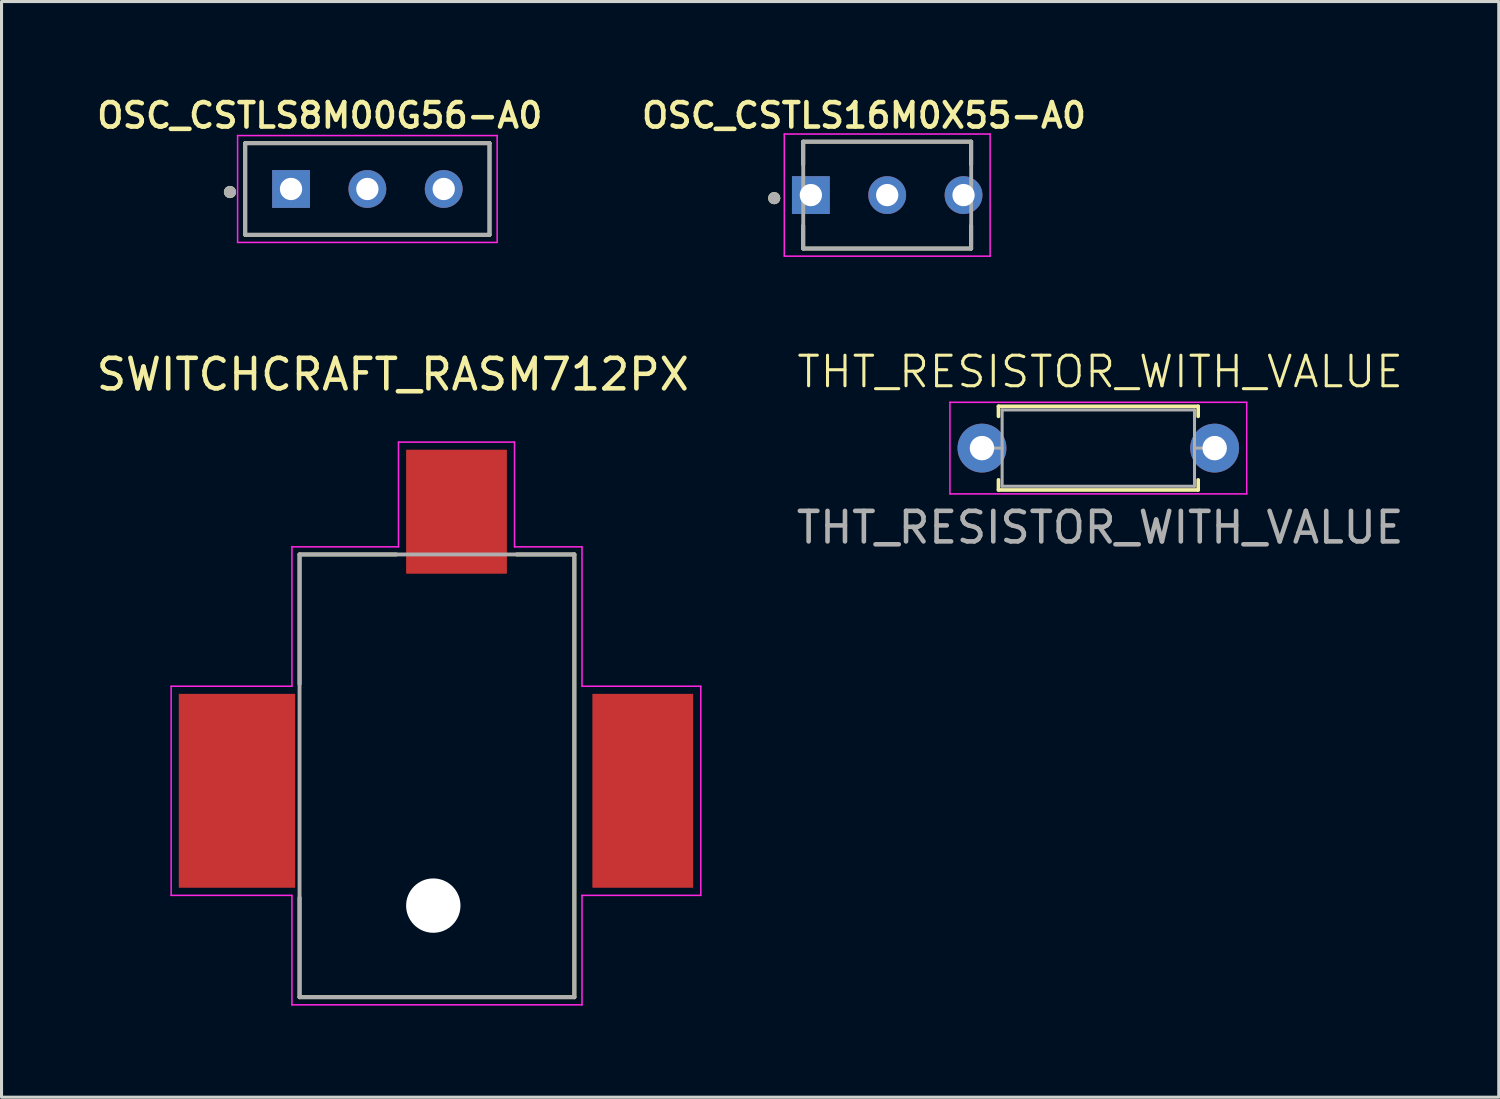
<source format=kicad_pcb>
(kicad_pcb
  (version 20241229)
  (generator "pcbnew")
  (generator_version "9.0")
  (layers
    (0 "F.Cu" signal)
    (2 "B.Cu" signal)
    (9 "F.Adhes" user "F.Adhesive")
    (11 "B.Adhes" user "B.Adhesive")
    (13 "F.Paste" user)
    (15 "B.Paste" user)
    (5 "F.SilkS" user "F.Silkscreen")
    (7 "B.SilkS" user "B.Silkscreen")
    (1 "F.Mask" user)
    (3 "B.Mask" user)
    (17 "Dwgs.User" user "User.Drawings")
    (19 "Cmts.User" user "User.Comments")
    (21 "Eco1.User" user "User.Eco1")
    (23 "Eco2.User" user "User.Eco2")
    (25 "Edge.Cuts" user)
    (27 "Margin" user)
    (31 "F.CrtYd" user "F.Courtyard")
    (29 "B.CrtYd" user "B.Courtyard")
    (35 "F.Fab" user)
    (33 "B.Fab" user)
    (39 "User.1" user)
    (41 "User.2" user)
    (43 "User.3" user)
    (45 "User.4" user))
  (footprint "OSC_CSTLS16M0X55-A0"
    (layer "F.Cu")
    (at 26.005 3.339)
    (property "Reference" "OSC_CSTLS16M0X55-A0" (at -0.76 -2.608 0) (layer "F.SilkS") (effects (font (size 0.8 0.8) (thickness 0.15))))
    (attr through_hole)
    (fp_line (start -2.75 -1.75) (end 2.75 -1.75) (stroke (width 0.127) (type solid)) (layer "F.SilkS"))
    (fp_line (start -2.75 -1) (end -2.75 -1.75) (stroke (width 0.127) (type solid)) (layer "F.SilkS"))
    (fp_line (start -2.75 1.75) (end -2.75 1) (stroke (width 0.127) (type solid)) (layer "F.SilkS"))
    (fp_line (start 2.75 -1.75) (end 2.75 -1) (stroke (width 0.127) (type solid)) (layer "F.SilkS"))
    (fp_line (start 2.75 1) (end 2.75 1.75) (stroke (width 0.127) (type solid)) (layer "F.SilkS"))
    (fp_line (start 2.75 1.75) (end -2.75 1.75) (stroke (width 0.127) (type solid)) (layer "F.SilkS"))
    (fp_circle (center -3.7 0.1) (end -3.6 0.1) (stroke (width 0.2) (type solid)) (fill no) (layer "F.SilkS"))
    (fp_line (start -3.37 -2) (end 3.37 -2) (stroke (width 0.05) (type solid)) (layer "F.CrtYd"))
    (fp_line (start -3.37 2) (end -3.37 -2) (stroke (width 0.05) (type solid)) (layer "F.CrtYd"))
    (fp_line (start 3.37 -2) (end 3.37 2) (stroke (width 0.05) (type solid)) (layer "F.CrtYd"))
    (fp_line (start 3.37 2) (end -3.37 2) (stroke (width 0.05) (type solid)) (layer "F.CrtYd"))
    (fp_line (start -2.75 -1.75) (end 2.75 -1.75) (stroke (width 0.127) (type solid)) (layer "F.Fab"))
    (fp_line (start -2.75 1.75) (end -2.75 -1.75) (stroke (width 0.127) (type solid)) (layer "F.Fab"))
    (fp_line (start 2.75 -1.75) (end 2.75 1.75) (stroke (width 0.127) (type solid)) (layer "F.Fab"))
    (fp_line (start 2.75 1.75) (end -2.75 1.75) (stroke (width 0.127) (type solid)) (layer "F.Fab"))
    (fp_circle (center -3.7 0.1) (end -3.6 0.1) (stroke (width 0.2) (type solid)) (fill no) (layer "F.Fab"))
    (pad "1" thru_hole rect (at -2.5 0) (size 1.238 1.238) (drill 0.73) (layers "*.Cu" "*.Mask"))
    (pad "2" thru_hole circle (at 0 0) (size 1.238 1.238) (drill 0.73) (layers "*.Cu" "*.Mask"))
    (pad "3" thru_hole circle (at 2.5 0) (size 1.238 1.238) (drill 0.73) (layers "*.Cu" "*.Mask")))
  (footprint "THT_RESISTOR_WITH_VALUE"
    (layer "F.Cu")
    (at 32.979 11.725)
    (property "Reference" "THT_RESISTOR_WITH_VALUE" (at 0 -2.6 0) (unlocked yes) (layer "F.SilkS") (effects (font (size 1 1) (thickness 0.1))))
    (attr through_hole)
    (fp_line (start -3.33 -1.47) (end 3.21 -1.47) (stroke (width 0.12) (type solid)) (layer "F.SilkS"))
    (fp_line (start -3.33 -1.14) (end -3.33 -1.47) (stroke (width 0.12) (type solid)) (layer "F.SilkS"))
    (fp_line (start -3.33 0.94) (end -3.33 1.27) (stroke (width 0.12) (type solid)) (layer "F.SilkS"))
    (fp_line (start -3.33 1.27) (end 3.21 1.27) (stroke (width 0.12) (type solid)) (layer "F.SilkS"))
    (fp_line (start 3.21 -1.47) (end 3.21 -1.14) (stroke (width 0.12) (type solid)) (layer "F.SilkS"))
    (fp_line (start 3.21 1.27) (end 3.21 0.94) (stroke (width 0.12) (type solid)) (layer "F.SilkS"))
    (fp_line (start -4.92 -1.6) (end -4.92 1.4) (stroke (width 0.05) (type solid)) (layer "F.CrtYd"))
    (fp_line (start -4.92 1.4) (end 4.8 1.4) (stroke (width 0.05) (type solid)) (layer "F.CrtYd"))
    (fp_line (start 4.8 -1.6) (end -4.92 -1.6) (stroke (width 0.05) (type solid)) (layer "F.CrtYd"))
    (fp_line (start 4.8 1.4) (end 4.8 -1.6) (stroke (width 0.05) (type solid)) (layer "F.CrtYd"))
    (fp_line (start -3.87 -0.1) (end -3.21 -0.1) (stroke (width 0.1) (type solid)) (layer "F.Fab"))
    (fp_line (start -3.21 -1.35) (end -3.21 1.15) (stroke (width 0.1) (type solid)) (layer "F.Fab"))
    (fp_line (start -3.21 1.15) (end 3.09 1.15) (stroke (width 0.1) (type solid)) (layer "F.Fab"))
    (fp_line (start 3.09 -1.35) (end -3.21 -1.35) (stroke (width 0.1) (type solid)) (layer "F.Fab"))
    (fp_line (start 3.09 1.15) (end 3.09 -1.35) (stroke (width 0.1) (type solid)) (layer "F.Fab"))
    (fp_line (start 3.75 -0.1) (end 3.09 -0.1) (stroke (width 0.1) (type solid)) (layer "F.Fab"))
    (fp_text user "${REFERENCE}" (at 0 2.5 0) (unlocked yes) (layer "F.Fab") (effects (font (size 1 1) (thickness 0.15))))
    (pad "1" thru_hole circle (at -3.87 -0.1) (size 1.6 1.6) (drill 0.8) (layers "*.Cu" "*.Mask"))
    (pad "2" thru_hole oval (at 3.75 -0.1) (size 1.6 1.6) (drill 0.8) (layers "*.Cu" "*.Mask")))
  (footprint "OSC_CSTLS8M00G56-A0"
    (layer "F.Cu")
    (at 8.981 3.139)
    (property "Reference" "OSC_CSTLS8M00G56-A0" (at -1.56 -2.408 0) (layer "F.SilkS") (effects (font (size 0.8 0.8) (thickness 0.15))))
    (attr through_hole)
    (fp_line (start -4 -1.5) (end 4 -1.5) (stroke (width 0.127) (type solid)) (layer "F.SilkS"))
    (fp_line (start -4 1.5) (end -4 -1.5) (stroke (width 0.127) (type solid)) (layer "F.SilkS"))
    (fp_line (start 4 -1.5) (end 4 1.5) (stroke (width 0.127) (type solid)) (layer "F.SilkS"))
    (fp_line (start 4 1.5) (end -4 1.5) (stroke (width 0.127) (type solid)) (layer "F.SilkS"))
    (fp_circle (center -4.5 0.1) (end -4.4 0.1) (stroke (width 0.2) (type solid)) (fill no) (layer "F.SilkS"))
    (fp_line (start -4.25 -1.75) (end 4.25 -1.75) (stroke (width 0.05) (type solid)) (layer "F.CrtYd"))
    (fp_line (start -4.25 1.75) (end -4.25 -1.75) (stroke (width 0.05) (type solid)) (layer "F.CrtYd"))
    (fp_line (start 4.25 -1.75) (end 4.25 1.75) (stroke (width 0.05) (type solid)) (layer "F.CrtYd"))
    (fp_line (start 4.25 1.75) (end -4.25 1.75) (stroke (width 0.05) (type solid)) (layer "F.CrtYd"))
    (fp_line (start -4 -1.5) (end 4 -1.5) (stroke (width 0.127) (type solid)) (layer "F.Fab"))
    (fp_line (start -4 1.5) (end -4 -1.5) (stroke (width 0.127) (type solid)) (layer "F.Fab"))
    (fp_line (start 4 -1.5) (end 4 1.5) (stroke (width 0.127) (type solid)) (layer "F.Fab"))
    (fp_line (start 4 1.5) (end -4 1.5) (stroke (width 0.127) (type solid)) (layer "F.Fab"))
    (fp_circle (center -4.5 0.1) (end -4.4 0.1) (stroke (width 0.2) (type solid)) (fill no) (layer "F.Fab"))
    (pad "1" thru_hole rect (at -2.5 0) (size 1.238 1.238) (drill 0.73) (layers "*.Cu" "*.Mask"))
    (pad "2" thru_hole circle (at 0 0) (size 1.238 1.238) (drill 0.73) (layers "*.Cu" "*.Mask"))
    (pad "3" thru_hole circle (at 2.5 0) (size 1.238 1.238) (drill 0.73) (layers "*.Cu" "*.Mask")))
  (footprint "SWITCHCRAFT_RASM712PX"
    (layer "F.Cu")
    (at 11.14 22.848)
    (property "Reference" "SWITCHCRAFT_RASM712PX" (at -1.325 -13.635 0) (layer "F.SilkS") (effects (font (size 1 1) (thickness 0.15))))
    (attr smd)
    (fp_circle (center 0 3.76) (end 0.572 3.76) (stroke (width 1.144) (type solid)) (fill no) (layer "F.Mask"))
    (fp_circle (center 0 3.76) (end 0.572 3.76) (stroke (width 1.144) (type solid)) (fill no) (layer "B.Mask"))
    (fp_line (start -4.38 -7.74) (end -4.38 -3.495) (stroke (width 0.127) (type solid)) (layer "F.SilkS"))
    (fp_line (start -4.38 3.495) (end -4.38 6.76) (stroke (width 0.127) (type solid)) (layer "F.SilkS"))
    (fp_line (start -4.38 6.76) (end 4.62 6.76) (stroke (width 0.127) (type solid)) (layer "F.SilkS"))
    (fp_line (start -1.21 -7.74) (end -4.38 -7.74) (stroke (width 0.127) (type solid)) (layer "F.SilkS"))
    (fp_line (start 4.62 -7.74) (end 2.73 -7.74) (stroke (width 0.127) (type solid)) (layer "F.SilkS"))
    (fp_line (start 4.62 6.76) (end 4.62 -7.74) (stroke (width 0.127) (type solid)) (layer "F.SilkS"))
    (fp_line (start -8.585 -3.425) (end -8.585 3.425) (stroke (width 0.05) (type solid)) (layer "F.CrtYd"))
    (fp_line (start -8.585 3.425) (end -4.63 3.425) (stroke (width 0.05) (type solid)) (layer "F.CrtYd"))
    (fp_line (start -4.63 -7.99) (end -4.63 -3.425) (stroke (width 0.05) (type solid)) (layer "F.CrtYd"))
    (fp_line (start -4.63 -3.425) (end -8.585 -3.425) (stroke (width 0.05) (type solid)) (layer "F.CrtYd"))
    (fp_line (start -4.63 3.425) (end -4.63 7.01) (stroke (width 0.05) (type solid)) (layer "F.CrtYd"))
    (fp_line (start -4.63 7.01) (end 4.87 7.01) (stroke (width 0.05) (type solid)) (layer "F.CrtYd"))
    (fp_line (start -1.14 -11.42) (end -1.14 -7.99) (stroke (width 0.05) (type solid)) (layer "F.CrtYd"))
    (fp_line (start -1.14 -7.99) (end -4.63 -7.99) (stroke (width 0.05) (type solid)) (layer "F.CrtYd"))
    (fp_line (start 2.66 -11.42) (end -1.14 -11.42) (stroke (width 0.05) (type solid)) (layer "F.CrtYd"))
    (fp_line (start 2.66 -7.99) (end 2.66 -11.42) (stroke (width 0.05) (type solid)) (layer "F.CrtYd"))
    (fp_line (start 4.87 -7.99) (end 2.66 -7.99) (stroke (width 0.05) (type solid)) (layer "F.CrtYd"))
    (fp_line (start 4.87 -3.425) (end 4.87 -7.99) (stroke (width 0.05) (type solid)) (layer "F.CrtYd"))
    (fp_line (start 4.87 3.425) (end 8.76 3.425) (stroke (width 0.05) (type solid)) (layer "F.CrtYd"))
    (fp_line (start 4.87 7.01) (end 4.87 3.425) (stroke (width 0.05) (type solid)) (layer "F.CrtYd"))
    (fp_line (start 8.76 -3.425) (end 4.87 -3.425) (stroke (width 0.05) (type solid)) (layer "F.CrtYd"))
    (fp_line (start 8.76 3.425) (end 8.76 -3.425) (stroke (width 0.05) (type solid)) (layer "F.CrtYd"))
    (fp_line (start -4.38 -7.74) (end -4.38 6.76) (stroke (width 0.127) (type solid)) (layer "F.Fab"))
    (fp_line (start -4.38 6.76) (end 4.62 6.76) (stroke (width 0.127) (type solid)) (layer "F.Fab"))
    (fp_line (start 4.62 -7.74) (end -4.38 -7.74) (stroke (width 0.127) (type solid)) (layer "F.Fab"))
    (fp_line (start 4.62 6.76) (end 4.62 -7.74) (stroke (width 0.127) (type solid)) (layer "F.Fab"))
    (pad "" np_thru_hole circle (at 0 3.76) (size 1.78 1.78) (drill 1.78) (layers "*.Cu" "*.Mask"))
    (pad "PIN" smd rect (at 0.76 -9.14) (size 3.3 4.06) (layers "F.Cu" "F.Mask" "F.Paste"))
    (pad "SHUNT" smd rect (at 6.86 0) (size 3.3 6.35) (layers "F.Cu" "F.Mask" "F.Paste"))
    (pad "SLEEVE" smd rect (at -6.43 0) (size 3.81 6.35) (layers "F.Cu" "F.Mask" "F.Paste")))
  (gr_rect
    (start -3 -3)
    (end 46.033 32.883)
    (stroke (width 0.1) (type default))
    (fill no)
    (layer "Edge.Cuts")))
</source>
